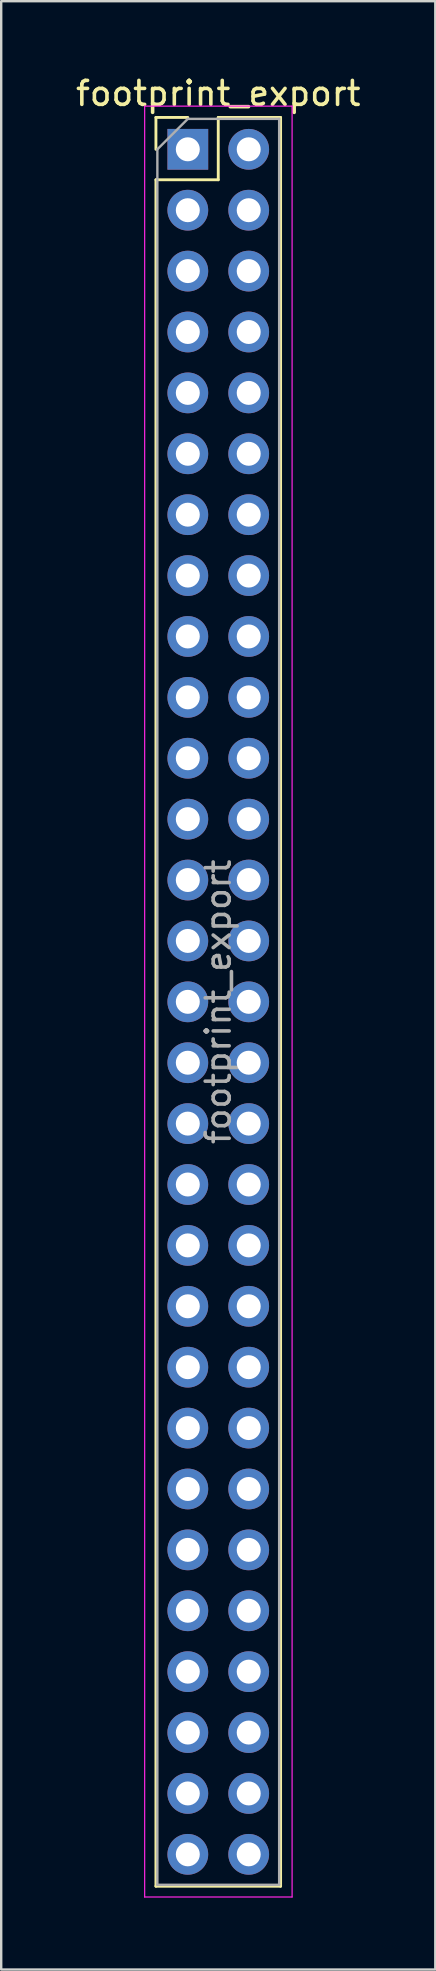
<source format=kicad_pcb>
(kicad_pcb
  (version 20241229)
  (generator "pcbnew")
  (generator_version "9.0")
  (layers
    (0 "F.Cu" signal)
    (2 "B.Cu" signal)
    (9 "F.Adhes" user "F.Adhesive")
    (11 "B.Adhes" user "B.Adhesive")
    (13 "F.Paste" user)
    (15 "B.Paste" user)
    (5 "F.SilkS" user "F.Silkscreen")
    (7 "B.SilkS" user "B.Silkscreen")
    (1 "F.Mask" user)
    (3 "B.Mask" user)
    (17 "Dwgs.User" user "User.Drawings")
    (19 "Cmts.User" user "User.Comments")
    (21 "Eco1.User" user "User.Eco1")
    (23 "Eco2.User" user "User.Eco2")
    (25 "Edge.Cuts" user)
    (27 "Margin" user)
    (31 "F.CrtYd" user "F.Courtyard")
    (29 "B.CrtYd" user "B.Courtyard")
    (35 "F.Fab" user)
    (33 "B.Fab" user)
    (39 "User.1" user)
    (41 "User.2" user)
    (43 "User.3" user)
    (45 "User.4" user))
  (footprint "footprint_export"
    (layer "F.Cu")
    (at 4.784 3.178)
    (property "Reference" "footprint_export" (at 1.27 -2.33 0) (layer "F.SilkS") (effects (font (size 1 1) (thickness 0.15))))
    (attr through_hole)
    (fp_line (start -1.33 -1.33) (end 0 -1.33) (stroke (width 0.12) (type solid)) (layer "F.SilkS"))
    (fp_line (start -1.33 0) (end -1.33 -1.33) (stroke (width 0.12) (type solid)) (layer "F.SilkS"))
    (fp_line (start -1.33 1.27) (end -1.33 72.45) (stroke (width 0.12) (type solid)) (layer "F.SilkS"))
    (fp_line (start -1.33 1.27) (end 1.27 1.27) (stroke (width 0.12) (type solid)) (layer "F.SilkS"))
    (fp_line (start -1.33 72.45) (end 3.87 72.45) (stroke (width 0.12) (type solid)) (layer "F.SilkS"))
    (fp_line (start 1.27 -1.33) (end 3.87 -1.33) (stroke (width 0.12) (type solid)) (layer "F.SilkS"))
    (fp_line (start 1.27 1.27) (end 1.27 -1.33) (stroke (width 0.12) (type solid)) (layer "F.SilkS"))
    (fp_line (start 3.87 -1.33) (end 3.87 72.45) (stroke (width 0.12) (type solid)) (layer "F.SilkS"))
    (fp_line (start -1.8 -1.8) (end -1.8 72.9) (stroke (width 0.05) (type solid)) (layer "F.CrtYd"))
    (fp_line (start -1.8 72.9) (end 4.35 72.9) (stroke (width 0.05) (type solid)) (layer "F.CrtYd"))
    (fp_line (start 4.35 -1.8) (end -1.8 -1.8) (stroke (width 0.05) (type solid)) (layer "F.CrtYd"))
    (fp_line (start 4.35 72.9) (end 4.35 -1.8) (stroke (width 0.05) (type solid)) (layer "F.CrtYd"))
    (fp_line (start -1.27 0) (end 0 -1.27) (stroke (width 0.1) (type solid)) (layer "F.Fab"))
    (fp_line (start -1.27 72.39) (end -1.27 0) (stroke (width 0.1) (type solid)) (layer "F.Fab"))
    (fp_line (start 0 -1.27) (end 3.81 -1.27) (stroke (width 0.1) (type solid)) (layer "F.Fab"))
    (fp_line (start 3.81 -1.27) (end 3.81 72.39) (stroke (width 0.1) (type solid)) (layer "F.Fab"))
    (fp_line (start 3.81 72.39) (end -1.27 72.39) (stroke (width 0.1) (type solid)) (layer "F.Fab"))
    (fp_text user "${REFERENCE}" (at 1.27 35.56 90) (layer "F.Fab") (effects (font (size 1 1) (thickness 0.15))))
    (pad "1" thru_hole rect (at 0 0) (size 1.7 1.7) (drill 1) (layers "*.Cu" "*.Mask"))
    (pad "2" thru_hole oval (at 2.54 0) (size 1.7 1.7) (drill 1) (layers "*.Cu" "*.Mask"))
    (pad "3" thru_hole oval (at 0 2.54) (size 1.7 1.7) (drill 1) (layers "*.Cu" "*.Mask"))
    (pad "4" thru_hole oval (at 2.54 2.54) (size 1.7 1.7) (drill 1) (layers "*.Cu" "*.Mask"))
    (pad "5" thru_hole oval (at 0 5.08) (size 1.7 1.7) (drill 1) (layers "*.Cu" "*.Mask"))
    (pad "6" thru_hole oval (at 2.54 5.08) (size 1.7 1.7) (drill 1) (layers "*.Cu" "*.Mask"))
    (pad "7" thru_hole oval (at 0 7.62) (size 1.7 1.7) (drill 1) (layers "*.Cu" "*.Mask"))
    (pad "8" thru_hole oval (at 2.54 7.62) (size 1.7 1.7) (drill 1) (layers "*.Cu" "*.Mask"))
    (pad "9" thru_hole oval (at 0 10.16) (size 1.7 1.7) (drill 1) (layers "*.Cu" "*.Mask"))
    (pad "10" thru_hole oval (at 2.54 10.16) (size 1.7 1.7) (drill 1) (layers "*.Cu" "*.Mask"))
    (pad "11" thru_hole oval (at 0 12.7) (size 1.7 1.7) (drill 1) (layers "*.Cu" "*.Mask"))
    (pad "12" thru_hole oval (at 2.54 12.7) (size 1.7 1.7) (drill 1) (layers "*.Cu" "*.Mask"))
    (pad "13" thru_hole oval (at 0 15.24) (size 1.7 1.7) (drill 1) (layers "*.Cu" "*.Mask"))
    (pad "14" thru_hole oval (at 2.54 15.24) (size 1.7 1.7) (drill 1) (layers "*.Cu" "*.Mask"))
    (pad "15" thru_hole oval (at 0 17.78) (size 1.7 1.7) (drill 1) (layers "*.Cu" "*.Mask"))
    (pad "16" thru_hole oval (at 2.54 17.78) (size 1.7 1.7) (drill 1) (layers "*.Cu" "*.Mask"))
    (pad "17" thru_hole oval (at 0 20.32) (size 1.7 1.7) (drill 1) (layers "*.Cu" "*.Mask"))
    (pad "18" thru_hole oval (at 2.54 20.32) (size 1.7 1.7) (drill 1) (layers "*.Cu" "*.Mask"))
    (pad "19" thru_hole oval (at 0 22.86) (size 1.7 1.7) (drill 1) (layers "*.Cu" "*.Mask"))
    (pad "20" thru_hole oval (at 2.54 22.86) (size 1.7 1.7) (drill 1) (layers "*.Cu" "*.Mask"))
    (pad "21" thru_hole oval (at 0 25.4) (size 1.7 1.7) (drill 1) (layers "*.Cu" "*.Mask"))
    (pad "22" thru_hole oval (at 2.54 25.4) (size 1.7 1.7) (drill 1) (layers "*.Cu" "*.Mask"))
    (pad "23" thru_hole oval (at 0 27.94) (size 1.7 1.7) (drill 1) (layers "*.Cu" "*.Mask"))
    (pad "24" thru_hole oval (at 2.54 27.94) (size 1.7 1.7) (drill 1) (layers "*.Cu" "*.Mask"))
    (pad "25" thru_hole oval (at 0 30.48) (size 1.7 1.7) (drill 1) (layers "*.Cu" "*.Mask"))
    (pad "26" thru_hole oval (at 2.54 30.48) (size 1.7 1.7) (drill 1) (layers "*.Cu" "*.Mask"))
    (pad "27" thru_hole oval (at 0 33.02) (size 1.7 1.7) (drill 1) (layers "*.Cu" "*.Mask"))
    (pad "28" thru_hole oval (at 2.54 33.02) (size 1.7 1.7) (drill 1) (layers "*.Cu" "*.Mask"))
    (pad "29" thru_hole oval (at 0 35.56) (size 1.7 1.7) (drill 1) (layers "*.Cu" "*.Mask"))
    (pad "30" thru_hole oval (at 2.54 35.56) (size 1.7 1.7) (drill 1) (layers "*.Cu" "*.Mask"))
    (pad "31" thru_hole oval (at 0 38.1) (size 1.7 1.7) (drill 1) (layers "*.Cu" "*.Mask"))
    (pad "32" thru_hole oval (at 2.54 38.1) (size 1.7 1.7) (drill 1) (layers "*.Cu" "*.Mask"))
    (pad "33" thru_hole oval (at 0 40.64) (size 1.7 1.7) (drill 1) (layers "*.Cu" "*.Mask"))
    (pad "34" thru_hole oval (at 2.54 40.64) (size 1.7 1.7) (drill 1) (layers "*.Cu" "*.Mask"))
    (pad "35" thru_hole oval (at 0 43.18) (size 1.7 1.7) (drill 1) (layers "*.Cu" "*.Mask"))
    (pad "36" thru_hole oval (at 2.54 43.18) (size 1.7 1.7) (drill 1) (layers "*.Cu" "*.Mask"))
    (pad "37" thru_hole oval (at 0 45.72) (size 1.7 1.7) (drill 1) (layers "*.Cu" "*.Mask"))
    (pad "38" thru_hole oval (at 2.54 45.72) (size 1.7 1.7) (drill 1) (layers "*.Cu" "*.Mask"))
    (pad "39" thru_hole oval (at 0 48.26) (size 1.7 1.7) (drill 1) (layers "*.Cu" "*.Mask"))
    (pad "40" thru_hole oval (at 2.54 48.26) (size 1.7 1.7) (drill 1) (layers "*.Cu" "*.Mask"))
    (pad "41" thru_hole oval (at 0 50.8) (size 1.7 1.7) (drill 1) (layers "*.Cu" "*.Mask"))
    (pad "42" thru_hole oval (at 2.54 50.8) (size 1.7 1.7) (drill 1) (layers "*.Cu" "*.Mask"))
    (pad "43" thru_hole oval (at 0 53.34) (size 1.7 1.7) (drill 1) (layers "*.Cu" "*.Mask"))
    (pad "44" thru_hole oval (at 2.54 53.34) (size 1.7 1.7) (drill 1) (layers "*.Cu" "*.Mask"))
    (pad "45" thru_hole oval (at 0 55.88) (size 1.7 1.7) (drill 1) (layers "*.Cu" "*.Mask"))
    (pad "46" thru_hole oval (at 2.54 55.88) (size 1.7 1.7) (drill 1) (layers "*.Cu" "*.Mask"))
    (pad "47" thru_hole oval (at 0 58.42) (size 1.7 1.7) (drill 1) (layers "*.Cu" "*.Mask"))
    (pad "48" thru_hole oval (at 2.54 58.42) (size 1.7 1.7) (drill 1) (layers "*.Cu" "*.Mask"))
    (pad "49" thru_hole oval (at 0 60.96) (size 1.7 1.7) (drill 1) (layers "*.Cu" "*.Mask"))
    (pad "50" thru_hole oval (at 2.54 60.96) (size 1.7 1.7) (drill 1) (layers "*.Cu" "*.Mask"))
    (pad "51" thru_hole oval (at 0 63.5) (size 1.7 1.7) (drill 1) (layers "*.Cu" "*.Mask"))
    (pad "52" thru_hole oval (at 2.54 63.5) (size 1.7 1.7) (drill 1) (layers "*.Cu" "*.Mask"))
    (pad "53" thru_hole oval (at 0 66.04) (size 1.7 1.7) (drill 1) (layers "*.Cu" "*.Mask"))
    (pad "54" thru_hole oval (at 2.54 66.04) (size 1.7 1.7) (drill 1) (layers "*.Cu" "*.Mask"))
    (pad "55" thru_hole oval (at 0 68.58) (size 1.7 1.7) (drill 1) (layers "*.Cu" "*.Mask"))
    (pad "56" thru_hole oval (at 2.54 68.58) (size 1.7 1.7) (drill 1) (layers "*.Cu" "*.Mask"))
    (pad "57" thru_hole oval (at 0 71.12) (size 1.7 1.7) (drill 1) (layers "*.Cu" "*.Mask"))
    (pad "58" thru_hole oval (at 2.54 71.12) (size 1.7 1.7) (drill 1) (layers "*.Cu" "*.Mask")))
  (gr_rect
    (start -3 -3)
    (end 15.107 79.103)
    (stroke (width 0.1) (type default))
    (fill no)
    (layer "Edge.Cuts")))
</source>
